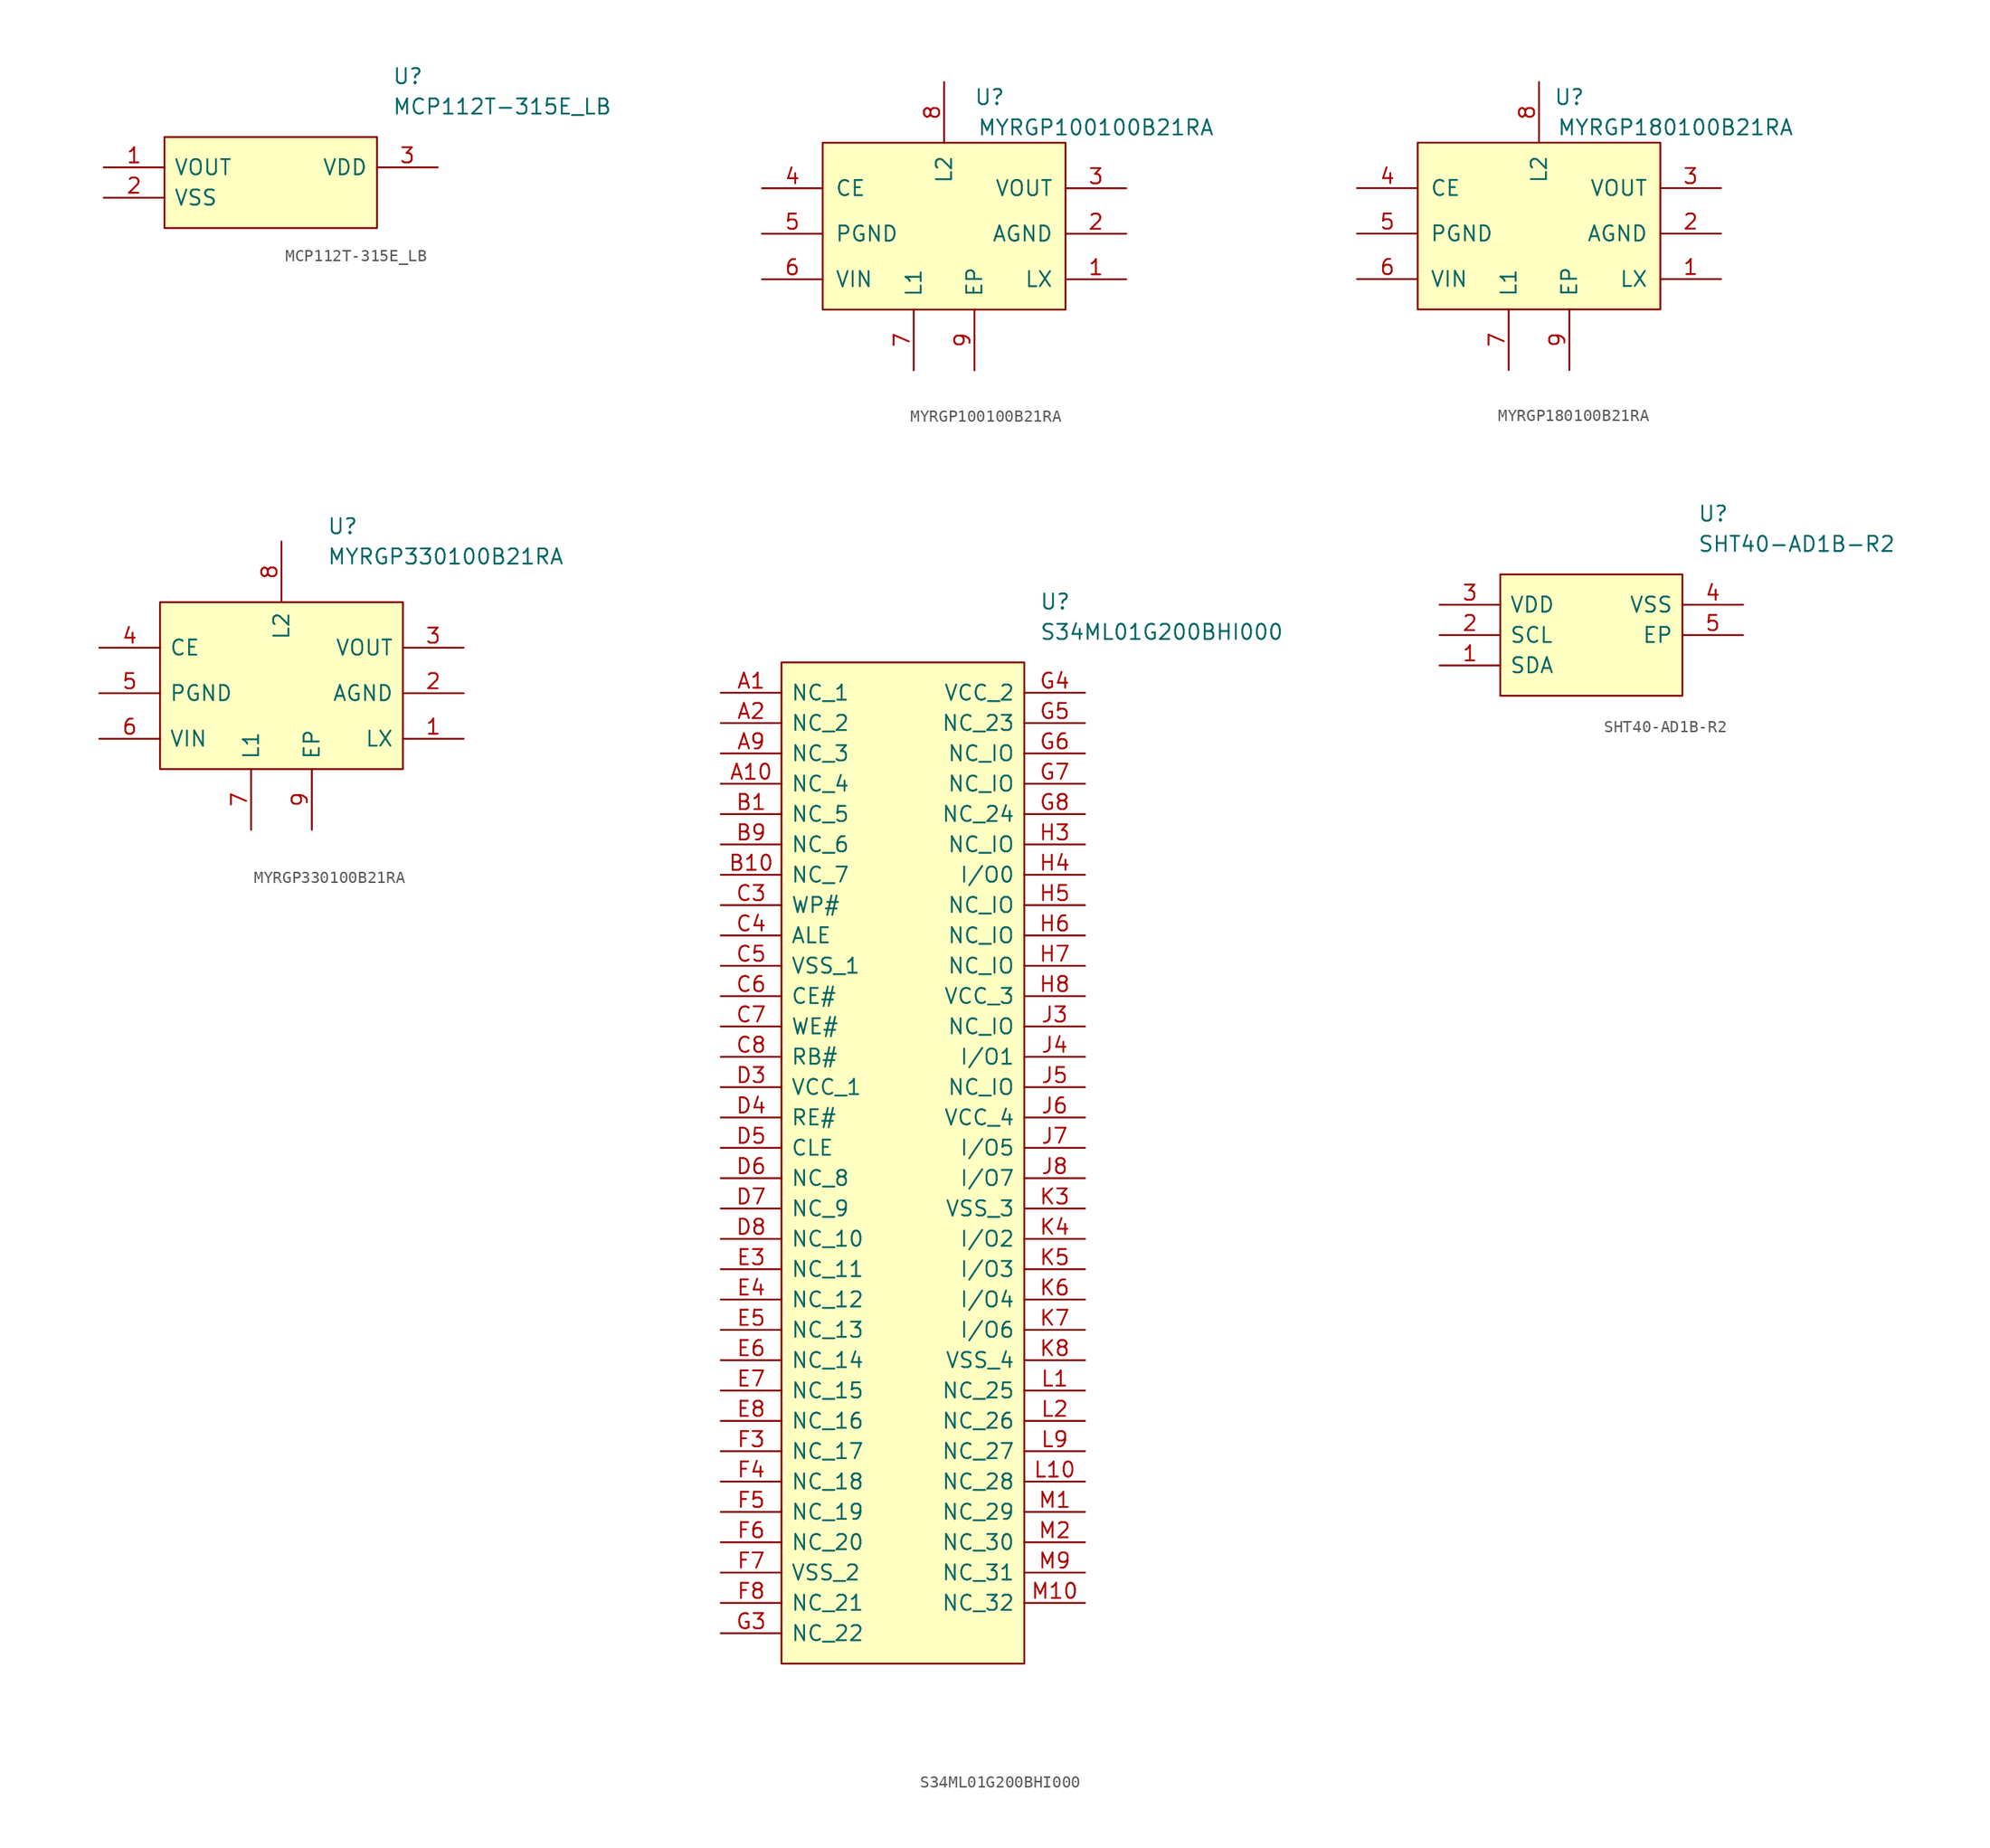
<source format=kicad_sym>
(kicad_symbol_lib
  (version 20211014)
  (generator kicad_symbol_editor)
  (symbol "MCP112T-315E_LB"
    (pin_names
      (offset 0.762))
    (property "Reference" "U"
      (at 24.13 7.62 0)
      (effects (font (size 1.27 1.27)) (justify left)))
    (property "Value" "MCP112T-315E_LB"
      (at 24.13 5.08 0)
      (effects (font (size 1.27 1.27)) (justify left)))
    (symbol "MCP112T-315E_LB_0_0"
      (pin output line (at 0 0 0) (length 5.08) (name "VOUT" (effects (font (size 1.27 1.27)))) (number "1" (effects (font (size 1.27 1.27)))))
      (pin power_in line (at 0 -2.54 0) (length 5.08) (name "VSS" (effects (font (size 1.27 1.27)))) (number "2" (effects (font (size 1.27 1.27)))))
      (pin input line (at 27.94 0 180) (length 5.08) (name "VDD" (effects (font (size 1.27 1.27)))) (number "3" (effects (font (size 1.27 1.27))))))
    (symbol "MCP112T-315E_LB_0_1"
      (polyline (pts (xy 5.08 2.54) (xy 22.86 2.54) (xy 22.86 -5.08) (xy 5.08 -5.08) (xy 5.08 2.54)) (stroke (width 0) (type default) (color 0 0 0 0)) (fill (type background)))))
  (symbol "MYRGP100100B21RA"
    (pin_names
      (offset 1.016))
    (property "Reference" "U"
      (at 19.05 7.62 0)
      (effects (font (size 1.27 1.27))))
    (property "Value" "MYRGP100100B21RA"
      (at 27.94 5.08 0)
      (effects (font (size 1.27 1.27))))
    (symbol "MYRGP100100B21RA_0_0"
      (pin passive line (at 30.48 -7.62 180) (length 5.08) (name "LX" (effects (font (size 1.27 1.27)))) (number "1" (effects (font (size 1.27 1.27)))))
      (pin passive line (at 30.48 -3.81 180) (length 5.08) (name "AGND" (effects (font (size 1.27 1.27)))) (number "2" (effects (font (size 1.27 1.27)))))
      (pin passive line (at 30.48 0 180) (length 5.08) (name "VOUT" (effects (font (size 1.27 1.27)))) (number "3" (effects (font (size 1.27 1.27)))))
      (pin passive line (at 0 0 0) (length 5.08) (name "CE" (effects (font (size 1.27 1.27)))) (number "4" (effects (font (size 1.27 1.27)))))
      (pin passive line (at 0 -3.81 0) (length 5.08) (name "PGND" (effects (font (size 1.27 1.27)))) (number "5" (effects (font (size 1.27 1.27)))))
      (pin passive line (at 0 -7.62 0) (length 5.08) (name "VIN" (effects (font (size 1.27 1.27)))) (number "6" (effects (font (size 1.27 1.27)))))
      (pin passive line (at 12.7 -15.24 90) (length 5.08) (name "L1" (effects (font (size 1.27 1.27)))) (number "7" (effects (font (size 1.27 1.27)))))
      (pin passive line (at 15.24 8.89 270) (length 5.08) (name "L2" (effects (font (size 1.27 1.27)))) (number "8" (effects (font (size 1.27 1.27)))))
      (pin passive line (at 17.78 -15.24 90) (length 5.08) (name "EP" (effects (font (size 1.27 1.27)))) (number "9" (effects (font (size 1.27 1.27))))))
    (symbol "MYRGP100100B21RA_0_1"
      (rectangle (start 5.08 3.81) (end 25.4 -10.16) (stroke (width 0) (type default) (color 0 0 0 0)) (fill (type background)))))
  (symbol "MYRGP180100B21RA"
    (pin_names
      (offset 1.016))
    (property "Reference" "U"
      (at 17.78 7.62 0)
      (effects (font (size 1.27 1.27))))
    (property "Value" "MYRGP180100B21RA"
      (at 26.67 5.08 0)
      (effects (font (size 1.27 1.27))))
    (symbol "MYRGP180100B21RA_0_0"
      (pin passive line (at 30.48 -7.62 180) (length 5.08) (name "LX" (effects (font (size 1.27 1.27)))) (number "1" (effects (font (size 1.27 1.27)))))
      (pin passive line (at 30.48 -3.81 180) (length 5.08) (name "AGND" (effects (font (size 1.27 1.27)))) (number "2" (effects (font (size 1.27 1.27)))))
      (pin passive line (at 30.48 0 180) (length 5.08) (name "VOUT" (effects (font (size 1.27 1.27)))) (number "3" (effects (font (size 1.27 1.27)))))
      (pin passive line (at 0 0 0) (length 5.08) (name "CE" (effects (font (size 1.27 1.27)))) (number "4" (effects (font (size 1.27 1.27)))))
      (pin passive line (at 0 -3.81 0) (length 5.08) (name "PGND" (effects (font (size 1.27 1.27)))) (number "5" (effects (font (size 1.27 1.27)))))
      (pin passive line (at 0 -7.62 0) (length 5.08) (name "VIN" (effects (font (size 1.27 1.27)))) (number "6" (effects (font (size 1.27 1.27)))))
      (pin passive line (at 12.7 -15.24 90) (length 5.08) (name "L1" (effects (font (size 1.27 1.27)))) (number "7" (effects (font (size 1.27 1.27)))))
      (pin passive line (at 15.24 8.89 270) (length 5.08) (name "L2" (effects (font (size 1.27 1.27)))) (number "8" (effects (font (size 1.27 1.27)))))
      (pin passive line (at 17.78 -15.24 90) (length 5.08) (name "EP" (effects (font (size 1.27 1.27)))) (number "9" (effects (font (size 1.27 1.27))))))
    (symbol "MYRGP180100B21RA_0_1"
      (rectangle (start 5.08 3.81) (end 25.4 -10.16) (stroke (width 0) (type default) (color 0 0 0 0)) (fill (type background)))))
  (symbol "MYRGP330100B21RA"
    (pin_names
      (offset 0.762))
    (property "Reference" "U"
      (at 19.05 10.16 0)
      (effects (font (size 1.27 1.27)) (justify left)))
    (property "Value" "MYRGP330100B21RA"
      (at 19.05 7.62 0)
      (effects (font (size 1.27 1.27)) (justify left)))
    (symbol "MYRGP330100B21RA_1_1"
      (rectangle (start 5.08 3.81) (end 25.4 -10.16) (stroke (width 0) (type default) (color 0 0 0 0)) (fill (type background)))
      (pin passive line (at 30.48 -7.62 180) (length 5.08) (name "LX" (effects (font (size 1.27 1.27)))) (number "1" (effects (font (size 1.27 1.27)))))
      (pin passive line (at 30.48 -3.81 180) (length 5.08) (name "AGND" (effects (font (size 1.27 1.27)))) (number "2" (effects (font (size 1.27 1.27)))))
      (pin passive line (at 30.48 0 180) (length 5.08) (name "VOUT" (effects (font (size 1.27 1.27)))) (number "3" (effects (font (size 1.27 1.27)))))
      (pin passive line (at 0 0 0) (length 5.08) (name "CE" (effects (font (size 1.27 1.27)))) (number "4" (effects (font (size 1.27 1.27)))))
      (pin passive line (at 0 -3.81 0) (length 5.08) (name "PGND" (effects (font (size 1.27 1.27)))) (number "5" (effects (font (size 1.27 1.27)))))
      (pin passive line (at 0 -7.62 0) (length 5.08) (name "VIN" (effects (font (size 1.27 1.27)))) (number "6" (effects (font (size 1.27 1.27)))))
      (pin passive line (at 12.7 -15.24 90) (length 5.08) (name "L1" (effects (font (size 1.27 1.27)))) (number "7" (effects (font (size 1.27 1.27)))))
      (pin passive line (at 15.24 8.89 270) (length 5.08) (name "L2" (effects (font (size 1.27 1.27)))) (number "8" (effects (font (size 1.27 1.27)))))
      (pin passive line (at 17.78 -15.24 90) (length 5.08) (name "EP" (effects (font (size 1.27 1.27)))) (number "9" (effects (font (size 1.27 1.27)))))))
  (symbol "S34ML01G200BHI000"
    (pin_names
      (offset 0.762))
    (property "Reference" "U"
      (at 26.67 7.62 0)
      (effects (font (size 1.27 1.27)) (justify left)))
    (property "Value" "S34ML01G200BHI000"
      (at 26.67 5.08 0)
      (effects (font (size 1.27 1.27)) (justify left)))
    (symbol "S34ML01G200BHI000_0_0"
      (pin passive line (at 0 0 0) (length 5.08) (name "NC_1" (effects (font (size 1.27 1.27)))) (number "A1" (effects (font (size 1.27 1.27)))))
      (pin passive line (at 0 -7.62 0) (length 5.08) (name "NC_4" (effects (font (size 1.27 1.27)))) (number "A10" (effects (font (size 1.27 1.27)))))
      (pin passive line (at 0 -2.54 0) (length 5.08) (name "NC_2" (effects (font (size 1.27 1.27)))) (number "A2" (effects (font (size 1.27 1.27)))))
      (pin passive line (at 0 -5.08 0) (length 5.08) (name "NC_3" (effects (font (size 1.27 1.27)))) (number "A9" (effects (font (size 1.27 1.27)))))
      (pin passive line (at 0 -10.16 0) (length 5.08) (name "NC_5" (effects (font (size 1.27 1.27)))) (number "B1" (effects (font (size 1.27 1.27)))))
      (pin passive line (at 0 -15.24 0) (length 5.08) (name "NC_7" (effects (font (size 1.27 1.27)))) (number "B10" (effects (font (size 1.27 1.27)))))
      (pin passive line (at 0 -12.7 0) (length 5.08) (name "NC_6" (effects (font (size 1.27 1.27)))) (number "B9" (effects (font (size 1.27 1.27)))))
      (pin passive line (at 0 -17.78 0) (length 5.08) (name "WP#" (effects (font (size 1.27 1.27)))) (number "C3" (effects (font (size 1.27 1.27)))))
      (pin passive line (at 0 -20.32 0) (length 5.08) (name "ALE" (effects (font (size 1.27 1.27)))) (number "C4" (effects (font (size 1.27 1.27)))))
      (pin passive line (at 0 -22.86 0) (length 5.08) (name "VSS_1" (effects (font (size 1.27 1.27)))) (number "C5" (effects (font (size 1.27 1.27)))))
      (pin passive line (at 0 -25.4 0) (length 5.08) (name "CE#" (effects (font (size 1.27 1.27)))) (number "C6" (effects (font (size 1.27 1.27)))))
      (pin passive line (at 0 -27.94 0) (length 5.08) (name "WE#" (effects (font (size 1.27 1.27)))) (number "C7" (effects (font (size 1.27 1.27)))))
      (pin passive line (at 0 -30.48 0) (length 5.08) (name "RB#" (effects (font (size 1.27 1.27)))) (number "C8" (effects (font (size 1.27 1.27)))))
      (pin passive line (at 0 -33.02 0) (length 5.08) (name "VCC_1" (effects (font (size 1.27 1.27)))) (number "D3" (effects (font (size 1.27 1.27)))))
      (pin passive line (at 0 -35.56 0) (length 5.08) (name "RE#" (effects (font (size 1.27 1.27)))) (number "D4" (effects (font (size 1.27 1.27)))))
      (pin passive line (at 0 -38.1 0) (length 5.08) (name "CLE" (effects (font (size 1.27 1.27)))) (number "D5" (effects (font (size 1.27 1.27)))))
      (pin passive line (at 0 -40.64 0) (length 5.08) (name "NC_8" (effects (font (size 1.27 1.27)))) (number "D6" (effects (font (size 1.27 1.27)))))
      (pin passive line (at 0 -43.18 0) (length 5.08) (name "NC_9" (effects (font (size 1.27 1.27)))) (number "D7" (effects (font (size 1.27 1.27)))))
      (pin passive line (at 0 -45.72 0) (length 5.08) (name "NC_10" (effects (font (size 1.27 1.27)))) (number "D8" (effects (font (size 1.27 1.27)))))
      (pin passive line (at 0 -48.26 0) (length 5.08) (name "NC_11" (effects (font (size 1.27 1.27)))) (number "E3" (effects (font (size 1.27 1.27)))))
      (pin passive line (at 0 -50.8 0) (length 5.08) (name "NC_12" (effects (font (size 1.27 1.27)))) (number "E4" (effects (font (size 1.27 1.27)))))
      (pin passive line (at 0 -53.34 0) (length 5.08) (name "NC_13" (effects (font (size 1.27 1.27)))) (number "E5" (effects (font (size 1.27 1.27)))))
      (pin passive line (at 0 -55.88 0) (length 5.08) (name "NC_14" (effects (font (size 1.27 1.27)))) (number "E6" (effects (font (size 1.27 1.27)))))
      (pin passive line (at 0 -58.42 0) (length 5.08) (name "NC_15" (effects (font (size 1.27 1.27)))) (number "E7" (effects (font (size 1.27 1.27)))))
      (pin passive line (at 0 -60.96 0) (length 5.08) (name "NC_16" (effects (font (size 1.27 1.27)))) (number "E8" (effects (font (size 1.27 1.27)))))
      (pin passive line (at 0 -63.5 0) (length 5.08) (name "NC_17" (effects (font (size 1.27 1.27)))) (number "F3" (effects (font (size 1.27 1.27)))))
      (pin passive line (at 0 -66.04 0) (length 5.08) (name "NC_18" (effects (font (size 1.27 1.27)))) (number "F4" (effects (font (size 1.27 1.27)))))
      (pin passive line (at 0 -68.58 0) (length 5.08) (name "NC_19" (effects (font (size 1.27 1.27)))) (number "F5" (effects (font (size 1.27 1.27)))))
      (pin passive line (at 0 -71.12 0) (length 5.08) (name "NC_20" (effects (font (size 1.27 1.27)))) (number "F6" (effects (font (size 1.27 1.27)))))
      (pin passive line (at 0 -73.66 0) (length 5.08) (name "VSS_2" (effects (font (size 1.27 1.27)))) (number "F7" (effects (font (size 1.27 1.27)))))
      (pin passive line (at 0 -76.2 0) (length 5.08) (name "NC_21" (effects (font (size 1.27 1.27)))) (number "F8" (effects (font (size 1.27 1.27)))))
      (pin passive line (at 0 -78.74 0) (length 5.08) (name "NC_22" (effects (font (size 1.27 1.27)))) (number "G3" (effects (font (size 1.27 1.27)))))
      (pin passive line (at 30.48 0 180) (length 5.08) (name "VCC_2" (effects (font (size 1.27 1.27)))) (number "G4" (effects (font (size 1.27 1.27)))))
      (pin passive line (at 30.48 -2.54 180) (length 5.08) (name "NC_23" (effects (font (size 1.27 1.27)))) (number "G5" (effects (font (size 1.27 1.27)))))
      (pin passive line (at 30.48 -5.08 180) (length 5.08) (name "NC_IO" (effects (font (size 1.27 1.27)))) (number "G6" (effects (font (size 1.27 1.27)))))
      (pin passive line (at 30.48 -7.62 180) (length 5.08) (name "NC_IO" (effects (font (size 1.27 1.27)))) (number "G7" (effects (font (size 1.27 1.27)))))
      (pin passive line (at 30.48 -10.16 180) (length 5.08) (name "NC_24" (effects (font (size 1.27 1.27)))) (number "G8" (effects (font (size 1.27 1.27)))))
      (pin passive line (at 30.48 -12.7 180) (length 5.08) (name "NC_IO" (effects (font (size 1.27 1.27)))) (number "H3" (effects (font (size 1.27 1.27)))))
      (pin passive line (at 30.48 -15.24 180) (length 5.08) (name "I/O0" (effects (font (size 1.27 1.27)))) (number "H4" (effects (font (size 1.27 1.27)))))
      (pin passive line (at 30.48 -17.78 180) (length 5.08) (name "NC_IO" (effects (font (size 1.27 1.27)))) (number "H5" (effects (font (size 1.27 1.27)))))
      (pin passive line (at 30.48 -20.32 180) (length 5.08) (name "NC_IO" (effects (font (size 1.27 1.27)))) (number "H6" (effects (font (size 1.27 1.27)))))
      (pin passive line (at 30.48 -22.86 180) (length 5.08) (name "NC_IO" (effects (font (size 1.27 1.27)))) (number "H7" (effects (font (size 1.27 1.27)))))
      (pin passive line (at 30.48 -25.4 180) (length 5.08) (name "VCC_3" (effects (font (size 1.27 1.27)))) (number "H8" (effects (font (size 1.27 1.27)))))
      (pin passive line (at 30.48 -27.94 180) (length 5.08) (name "NC_IO" (effects (font (size 1.27 1.27)))) (number "J3" (effects (font (size 1.27 1.27)))))
      (pin passive line (at 30.48 -30.48 180) (length 5.08) (name "I/O1" (effects (font (size 1.27 1.27)))) (number "J4" (effects (font (size 1.27 1.27)))))
      (pin passive line (at 30.48 -33.02 180) (length 5.08) (name "NC_IO" (effects (font (size 1.27 1.27)))) (number "J5" (effects (font (size 1.27 1.27)))))
      (pin passive line (at 30.48 -35.56 180) (length 5.08) (name "VCC_4" (effects (font (size 1.27 1.27)))) (number "J6" (effects (font (size 1.27 1.27)))))
      (pin passive line (at 30.48 -38.1 180) (length 5.08) (name "I/O5" (effects (font (size 1.27 1.27)))) (number "J7" (effects (font (size 1.27 1.27)))))
      (pin passive line (at 30.48 -40.64 180) (length 5.08) (name "I/O7" (effects (font (size 1.27 1.27)))) (number "J8" (effects (font (size 1.27 1.27)))))
      (pin passive line (at 30.48 -43.18 180) (length 5.08) (name "VSS_3" (effects (font (size 1.27 1.27)))) (number "K3" (effects (font (size 1.27 1.27)))))
      (pin passive line (at 30.48 -45.72 180) (length 5.08) (name "I/O2" (effects (font (size 1.27 1.27)))) (number "K4" (effects (font (size 1.27 1.27)))))
      (pin passive line (at 30.48 -48.26 180) (length 5.08) (name "I/O3" (effects (font (size 1.27 1.27)))) (number "K5" (effects (font (size 1.27 1.27)))))
      (pin passive line (at 30.48 -50.8 180) (length 5.08) (name "I/O4" (effects (font (size 1.27 1.27)))) (number "K6" (effects (font (size 1.27 1.27)))))
      (pin passive line (at 30.48 -53.34 180) (length 5.08) (name "I/O6" (effects (font (size 1.27 1.27)))) (number "K7" (effects (font (size 1.27 1.27)))))
      (pin passive line (at 30.48 -55.88 180) (length 5.08) (name "VSS_4" (effects (font (size 1.27 1.27)))) (number "K8" (effects (font (size 1.27 1.27)))))
      (pin passive line (at 30.48 -58.42 180) (length 5.08) (name "NC_25" (effects (font (size 1.27 1.27)))) (number "L1" (effects (font (size 1.27 1.27)))))
      (pin passive line (at 30.48 -66.04 180) (length 5.08) (name "NC_28" (effects (font (size 1.27 1.27)))) (number "L10" (effects (font (size 1.27 1.27)))))
      (pin passive line (at 30.48 -60.96 180) (length 5.08) (name "NC_26" (effects (font (size 1.27 1.27)))) (number "L2" (effects (font (size 1.27 1.27)))))
      (pin passive line (at 30.48 -63.5 180) (length 5.08) (name "NC_27" (effects (font (size 1.27 1.27)))) (number "L9" (effects (font (size 1.27 1.27)))))
      (pin passive line (at 30.48 -68.58 180) (length 5.08) (name "NC_29" (effects (font (size 1.27 1.27)))) (number "M1" (effects (font (size 1.27 1.27)))))
      (pin passive line (at 30.48 -76.2 180) (length 5.08) (name "NC_32" (effects (font (size 1.27 1.27)))) (number "M10" (effects (font (size 1.27 1.27)))))
      (pin passive line (at 30.48 -71.12 180) (length 5.08) (name "NC_30" (effects (font (size 1.27 1.27)))) (number "M2" (effects (font (size 1.27 1.27)))))
      (pin passive line (at 30.48 -73.66 180) (length 5.08) (name "NC_31" (effects (font (size 1.27 1.27)))) (number "M9" (effects (font (size 1.27 1.27))))))
    (symbol "S34ML01G200BHI000_0_1"
      (polyline (pts (xy 5.08 2.54) (xy 25.4 2.54) (xy 25.4 -81.28) (xy 5.08 -81.28) (xy 5.08 2.54)) (stroke (width 0) (type default) (color 0 0 0 0)) (fill (type background)))))
  (symbol "SHT40-AD1B-R2"
    (pin_names
      (offset 0.762))
    (property "Reference" "U"
      (at 21.59 7.62 0)
      (effects (font (size 1.27 1.27)) (justify left)))
    (property "Value" "SHT40-AD1B-R2"
      (at 21.59 5.08 0)
      (effects (font (size 1.27 1.27)) (justify left)))
    (symbol "SHT40-AD1B-R2_0_0"
      (pin bidirectional line (at 0 -5.08 0) (length 5.08) (name "SDA" (effects (font (size 1.27 1.27)))) (number "1" (effects (font (size 1.27 1.27)))))
      (pin bidirectional line (at 0 -2.54 0) (length 5.08) (name "SCL" (effects (font (size 1.27 1.27)))) (number "2" (effects (font (size 1.27 1.27)))))
      (pin power_in line (at 0 0 0) (length 5.08) (name "VDD" (effects (font (size 1.27 1.27)))) (number "3" (effects (font (size 1.27 1.27)))))
      (pin power_in line (at 25.4 0 180) (length 5.08) (name "VSS" (effects (font (size 1.27 1.27)))) (number "4" (effects (font (size 1.27 1.27)))))
      (pin power_in line (at 25.4 -2.54 180) (length 5.08) (name "EP" (effects (font (size 1.27 1.27)))) (number "5" (effects (font (size 1.27 1.27))))))
    (symbol "SHT40-AD1B-R2_0_1"
      (polyline (pts (xy 5.08 2.54) (xy 20.32 2.54) (xy 20.32 -7.62) (xy 5.08 -7.62) (xy 5.08 2.54)) (stroke (width 0) (type default) (color 0 0 0 0)) (fill (type background))))))
</source>
